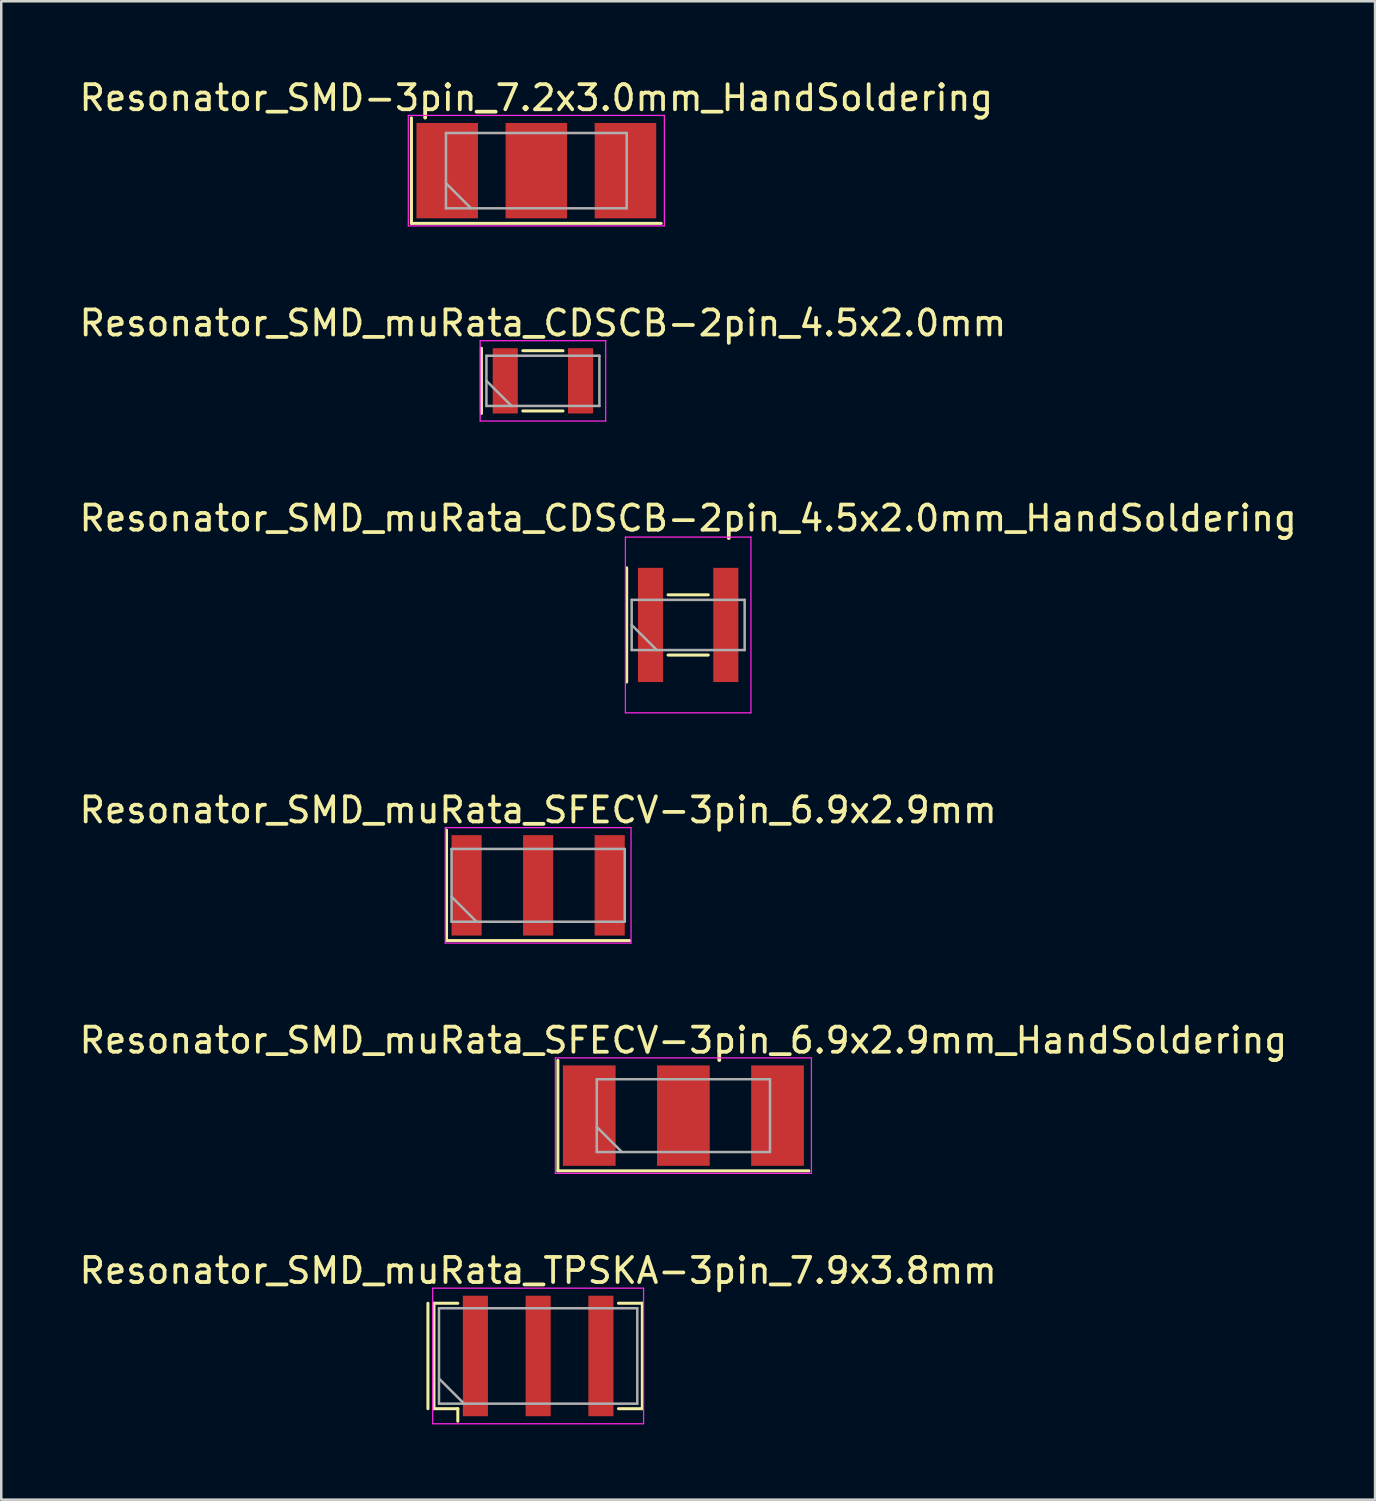
<source format=kicad_pcb>
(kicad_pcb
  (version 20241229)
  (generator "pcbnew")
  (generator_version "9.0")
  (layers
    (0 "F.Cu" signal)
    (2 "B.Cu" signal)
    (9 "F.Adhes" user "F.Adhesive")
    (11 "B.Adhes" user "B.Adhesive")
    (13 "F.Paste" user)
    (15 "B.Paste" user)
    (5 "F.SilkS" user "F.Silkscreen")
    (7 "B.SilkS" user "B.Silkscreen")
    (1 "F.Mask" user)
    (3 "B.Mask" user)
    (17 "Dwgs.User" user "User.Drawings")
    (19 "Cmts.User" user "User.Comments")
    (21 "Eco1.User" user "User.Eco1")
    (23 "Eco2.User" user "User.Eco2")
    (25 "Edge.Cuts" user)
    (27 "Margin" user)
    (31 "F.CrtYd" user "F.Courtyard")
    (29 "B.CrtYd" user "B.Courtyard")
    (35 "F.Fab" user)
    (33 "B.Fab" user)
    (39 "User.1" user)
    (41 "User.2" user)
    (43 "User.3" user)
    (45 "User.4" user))
  (footprint "Resonator_SMD_muRata_TPSKA-3pin_7.9x3.8mm"
    (layer "F.Cu")
    (at 18.387 50.965)
    (property "Reference" "Resonator_SMD_muRata_TPSKA-3pin_7.9x3.8mm" (at 0 -3.4 0) (layer "F.SilkS") (effects (font (size 1 1) (thickness 0.15))))
    (attr smd)
    (fp_line (start -4.39 -2.1) (end -4.39 2.1) (stroke (width 0.12) (type solid)) (layer "F.SilkS"))
    (fp_line (start -4.15 -2.1) (end -3.2 -2.1) (stroke (width 0.12) (type solid)) (layer "F.SilkS"))
    (fp_line (start -4.15 2.1) (end -4.15 -2.1) (stroke (width 0.12) (type solid)) (layer "F.SilkS"))
    (fp_line (start -3.2 2.1) (end -4.15 2.1) (stroke (width 0.12) (type solid)) (layer "F.SilkS"))
    (fp_line (start -3.2 2.6) (end -3.2 2.1) (stroke (width 0.12) (type solid)) (layer "F.SilkS"))
    (fp_line (start 3.2 -2.1) (end 4.15 -2.1) (stroke (width 0.12) (type solid)) (layer "F.SilkS"))
    (fp_line (start 4.15 -2.1) (end 4.15 2.1) (stroke (width 0.12) (type solid)) (layer "F.SilkS"))
    (fp_line (start 4.15 2.1) (end 3.2 2.1) (stroke (width 0.12) (type solid)) (layer "F.SilkS"))
    (fp_line (start -4.2 -2.7) (end -4.2 2.7) (stroke (width 0.05) (type solid)) (layer "F.CrtYd"))
    (fp_line (start -4.2 2.7) (end 4.2 2.7) (stroke (width 0.05) (type solid)) (layer "F.CrtYd"))
    (fp_line (start 4.2 -2.7) (end -4.2 -2.7) (stroke (width 0.05) (type solid)) (layer "F.CrtYd"))
    (fp_line (start 4.2 2.7) (end 4.2 -2.7) (stroke (width 0.05) (type solid)) (layer "F.CrtYd"))
    (fp_line (start -3.95 -1.9) (end -3.95 1.9) (stroke (width 0.1) (type solid)) (layer "F.Fab"))
    (fp_line (start -3.95 0.9) (end -2.95 1.9) (stroke (width 0.1) (type solid)) (layer "F.Fab"))
    (fp_line (start -3.95 1.9) (end 3.95 1.9) (stroke (width 0.1) (type solid)) (layer "F.Fab"))
    (fp_line (start 3.95 -1.9) (end -3.95 -1.9) (stroke (width 0.1) (type solid)) (layer "F.Fab"))
    (fp_line (start 3.95 1.9) (end 3.95 -1.9) (stroke (width 0.1) (type solid)) (layer "F.Fab"))
    (pad "1" smd rect (at -2.5 0) (size 1 4.8) (layers "F.Cu" "F.Mask"))
    (pad "2" smd rect (at 0 0) (size 1 4.8) (layers "F.Cu" "F.Mask"))
    (pad "3" smd rect (at 2.5 0) (size 1 4.8) (layers "F.Cu" "F.Mask")))
  (footprint "Resonator_SMD_muRata_SFECV-3pin_6.9x2.9mm_HandSoldering"
    (layer "F.Cu")
    (at 24.173 41.391)
    (property "Reference" "Resonator_SMD_muRata_SFECV-3pin_6.9x2.9mm_HandSoldering" (at 0 -3 0) (layer "F.SilkS") (effects (font (size 1 1) (thickness 0.15))))
    (attr smd)
    (fp_line (start -5 -2.2) (end -5 2.2) (stroke (width 0.12) (type solid)) (layer "F.SilkS"))
    (fp_line (start -5 2.2) (end 5 2.2) (stroke (width 0.12) (type solid)) (layer "F.SilkS"))
    (fp_line (start -5.1 -2.3) (end -5.1 2.3) (stroke (width 0.05) (type solid)) (layer "F.CrtYd"))
    (fp_line (start -5.1 2.3) (end 5.1 2.3) (stroke (width 0.05) (type solid)) (layer "F.CrtYd"))
    (fp_line (start 5.1 -2.3) (end -5.1 -2.3) (stroke (width 0.05) (type solid)) (layer "F.CrtYd"))
    (fp_line (start 5.1 2.3) (end 5.1 -2.3) (stroke (width 0.05) (type solid)) (layer "F.CrtYd"))
    (fp_line (start -3.45 -1.45) (end -3.45 1.45) (stroke (width 0.1) (type solid)) (layer "F.Fab"))
    (fp_line (start -3.45 0.45) (end -2.45 1.45) (stroke (width 0.1) (type solid)) (layer "F.Fab"))
    (fp_line (start -3.45 1.45) (end 3.45 1.45) (stroke (width 0.1) (type solid)) (layer "F.Fab"))
    (fp_line (start 3.45 -1.45) (end -3.45 -1.45) (stroke (width 0.1) (type solid)) (layer "F.Fab"))
    (fp_line (start 3.45 1.45) (end 3.45 -1.45) (stroke (width 0.1) (type solid)) (layer "F.Fab"))
    (pad "1" smd rect (at -3.75 0) (size 2.1 4) (layers "F.Cu" "F.Mask"))
    (pad "2" smd rect (at 0 0) (size 2.1 4) (layers "F.Cu" "F.Mask"))
    (pad "3" smd rect (at 3.75 0) (size 2.1 4) (layers "F.Cu" "F.Mask")))
  (footprint "Resonator_SMD_muRata_CDSCB-2pin_4.5x2.0mm_HandSoldering"
    (layer "F.Cu")
    (at 24.363 21.845)
    (property "Reference" "Resonator_SMD_muRata_CDSCB-2pin_4.5x2.0mm_HandSoldering" (at 0 -4.25 0) (layer "F.SilkS") (effects (font (size 1 1) (thickness 0.15))))
    (attr smd)
    (fp_line (start -2.45 -2.275) (end -2.45 2.275) (stroke (width 0.12) (type solid)) (layer "F.SilkS"))
    (fp_line (start -0.8 -1.2) (end 0.8 -1.2) (stroke (width 0.12) (type solid)) (layer "F.SilkS"))
    (fp_line (start -0.8 1.2) (end 0.8 1.2) (stroke (width 0.12) (type solid)) (layer "F.SilkS"))
    (fp_line (start -2.5 -3.5) (end -2.5 3.5) (stroke (width 0.05) (type solid)) (layer "F.CrtYd"))
    (fp_line (start -2.5 3.5) (end 2.5 3.5) (stroke (width 0.05) (type solid)) (layer "F.CrtYd"))
    (fp_line (start 2.5 -3.5) (end -2.5 -3.5) (stroke (width 0.05) (type solid)) (layer "F.CrtYd"))
    (fp_line (start 2.5 3.5) (end 2.5 -3.5) (stroke (width 0.05) (type solid)) (layer "F.CrtYd"))
    (fp_line (start -2.25 -1) (end -2.25 1) (stroke (width 0.1) (type solid)) (layer "F.Fab"))
    (fp_line (start -2.25 0) (end -1.25 1) (stroke (width 0.1) (type solid)) (layer "F.Fab"))
    (fp_line (start -2.25 1) (end 2.25 1) (stroke (width 0.1) (type solid)) (layer "F.Fab"))
    (fp_line (start 2.25 -1) (end -2.25 -1) (stroke (width 0.1) (type solid)) (layer "F.Fab"))
    (fp_line (start 2.25 1) (end 2.25 -1) (stroke (width 0.1) (type solid)) (layer "F.Fab"))
    (pad "1" smd rect (at -1.5 0) (size 1 4.55) (layers "F.Cu" "F.Mask"))
    (pad "2" smd rect (at 1.5 0) (size 1 4.55) (layers "F.Cu" "F.Mask")))
  (footprint "Resonator_SMD_muRata_CDSCB-2pin_4.5x2.0mm"
    (layer "F.Cu")
    (at 18.577 12.121)
    (property "Reference" "Resonator_SMD_muRata_CDSCB-2pin_4.5x2.0mm" (at 0 -2.3 0) (layer "F.SilkS") (effects (font (size 1 1) (thickness 0.15))))
    (attr smd)
    (fp_line (start -2.45 -1.3) (end -2.45 1.3) (stroke (width 0.12) (type solid)) (layer "F.SilkS"))
    (fp_line (start -0.8 -1.2) (end 0.8 -1.2) (stroke (width 0.12) (type solid)) (layer "F.SilkS"))
    (fp_line (start -0.8 1.2) (end 0.8 1.2) (stroke (width 0.12) (type solid)) (layer "F.SilkS"))
    (fp_line (start -2.5 -1.6) (end -2.5 1.6) (stroke (width 0.05) (type solid)) (layer "F.CrtYd"))
    (fp_line (start -2.5 1.6) (end 2.5 1.6) (stroke (width 0.05) (type solid)) (layer "F.CrtYd"))
    (fp_line (start 2.5 -1.6) (end -2.5 -1.6) (stroke (width 0.05) (type solid)) (layer "F.CrtYd"))
    (fp_line (start 2.5 1.6) (end 2.5 -1.6) (stroke (width 0.05) (type solid)) (layer "F.CrtYd"))
    (fp_line (start -2.25 -1) (end -2.25 1) (stroke (width 0.1) (type solid)) (layer "F.Fab"))
    (fp_line (start -2.25 0) (end -1.25 1) (stroke (width 0.1) (type solid)) (layer "F.Fab"))
    (fp_line (start -2.25 1) (end 2.25 1) (stroke (width 0.1) (type solid)) (layer "F.Fab"))
    (fp_line (start 2.25 -1) (end -2.25 -1) (stroke (width 0.1) (type solid)) (layer "F.Fab"))
    (fp_line (start 2.25 1) (end 2.25 -1) (stroke (width 0.1) (type solid)) (layer "F.Fab"))
    (pad "1" smd rect (at -1.5 0) (size 1 2.6) (layers "F.Cu" "F.Mask"))
    (pad "2" smd rect (at 1.5 0) (size 1 2.6) (layers "F.Cu" "F.Mask")))
  (footprint "Resonator_SMD-3pin_7.2x3.0mm_HandSoldering"
    (layer "F.Cu")
    (at 18.315 3.748)
    (property "Reference" "Resonator_SMD-3pin_7.2x3.0mm_HandSoldering" (at 0 -2.9 0) (layer "F.SilkS") (effects (font (size 1 1) (thickness 0.15))))
    (attr smd)
    (fp_line (start -4.975 -2.1) (end -4.975 2.1) (stroke (width 0.12) (type solid)) (layer "F.SilkS"))
    (fp_line (start -4.975 2.1) (end 4.975 2.1) (stroke (width 0.12) (type solid)) (layer "F.SilkS"))
    (fp_line (start -5.1 -2.2) (end -5.1 2.2) (stroke (width 0.05) (type solid)) (layer "F.CrtYd"))
    (fp_line (start -5.1 2.2) (end 5.1 2.2) (stroke (width 0.05) (type solid)) (layer "F.CrtYd"))
    (fp_line (start 5.1 -2.2) (end -5.1 -2.2) (stroke (width 0.05) (type solid)) (layer "F.CrtYd"))
    (fp_line (start 5.1 2.2) (end 5.1 -2.2) (stroke (width 0.05) (type solid)) (layer "F.CrtYd"))
    (fp_line (start -3.6 -1.5) (end -3.6 1.5) (stroke (width 0.1) (type solid)) (layer "F.Fab"))
    (fp_line (start -3.6 0.5) (end -2.6 1.5) (stroke (width 0.1) (type solid)) (layer "F.Fab"))
    (fp_line (start -3.6 1.5) (end 3.6 1.5) (stroke (width 0.1) (type solid)) (layer "F.Fab"))
    (fp_line (start 3.6 -1.5) (end -3.6 -1.5) (stroke (width 0.1) (type solid)) (layer "F.Fab"))
    (fp_line (start 3.6 1.5) (end 3.6 -1.5) (stroke (width 0.1) (type solid)) (layer "F.Fab"))
    (pad "1" smd rect (at -3.55 0) (size 2.45 3.8) (layers "F.Cu" "F.Mask"))
    (pad "2" smd rect (at 0 0) (size 2.45 3.8) (layers "F.Cu" "F.Mask"))
    (pad "3" smd rect (at 3.55 0) (size 2.45 3.8) (layers "F.Cu" "F.Mask")))
  (footprint "Resonator_SMD_muRata_SFECV-3pin_6.9x2.9mm"
    (layer "F.Cu")
    (at 18.387 32.218)
    (property "Reference" "Resonator_SMD_muRata_SFECV-3pin_6.9x2.9mm" (at 0 -3 0) (layer "F.SilkS") (effects (font (size 1 1) (thickness 0.15))))
    (attr smd)
    (fp_line (start -3.65 -2.2) (end -3.65 2.2) (stroke (width 0.12) (type solid)) (layer "F.SilkS"))
    (fp_line (start -3.65 2.2) (end 3.65 2.2) (stroke (width 0.12) (type solid)) (layer "F.SilkS"))
    (fp_line (start -3.7 -2.3) (end -3.7 2.3) (stroke (width 0.05) (type solid)) (layer "F.CrtYd"))
    (fp_line (start -3.7 2.3) (end 3.7 2.3) (stroke (width 0.05) (type solid)) (layer "F.CrtYd"))
    (fp_line (start 3.7 -2.3) (end -3.7 -2.3) (stroke (width 0.05) (type solid)) (layer "F.CrtYd"))
    (fp_line (start 3.7 2.3) (end 3.7 -2.3) (stroke (width 0.05) (type solid)) (layer "F.CrtYd"))
    (fp_line (start -3.45 -1.45) (end -3.45 1.45) (stroke (width 0.1) (type solid)) (layer "F.Fab"))
    (fp_line (start -3.45 0.45) (end -2.45 1.45) (stroke (width 0.1) (type solid)) (layer "F.Fab"))
    (fp_line (start -3.45 1.45) (end 3.45 1.45) (stroke (width 0.1) (type solid)) (layer "F.Fab"))
    (fp_line (start 3.45 -1.45) (end -3.45 -1.45) (stroke (width 0.1) (type solid)) (layer "F.Fab"))
    (fp_line (start 3.45 1.45) (end 3.45 -1.45) (stroke (width 0.1) (type solid)) (layer "F.Fab"))
    (pad "1" smd rect (at -2.85 0) (size 1.2 4) (layers "F.Cu" "F.Mask"))
    (pad "2" smd rect (at 0 0) (size 1.2 4) (layers "F.Cu" "F.Mask"))
    (pad "3" smd rect (at 2.85 0) (size 1.2 4) (layers "F.Cu" "F.Mask")))
  (gr_rect
    (start -3 -3)
    (end 51.726 56.69)
    (stroke (width 0.1) (type default))
    (fill no)
    (layer "Edge.Cuts")))
</source>
